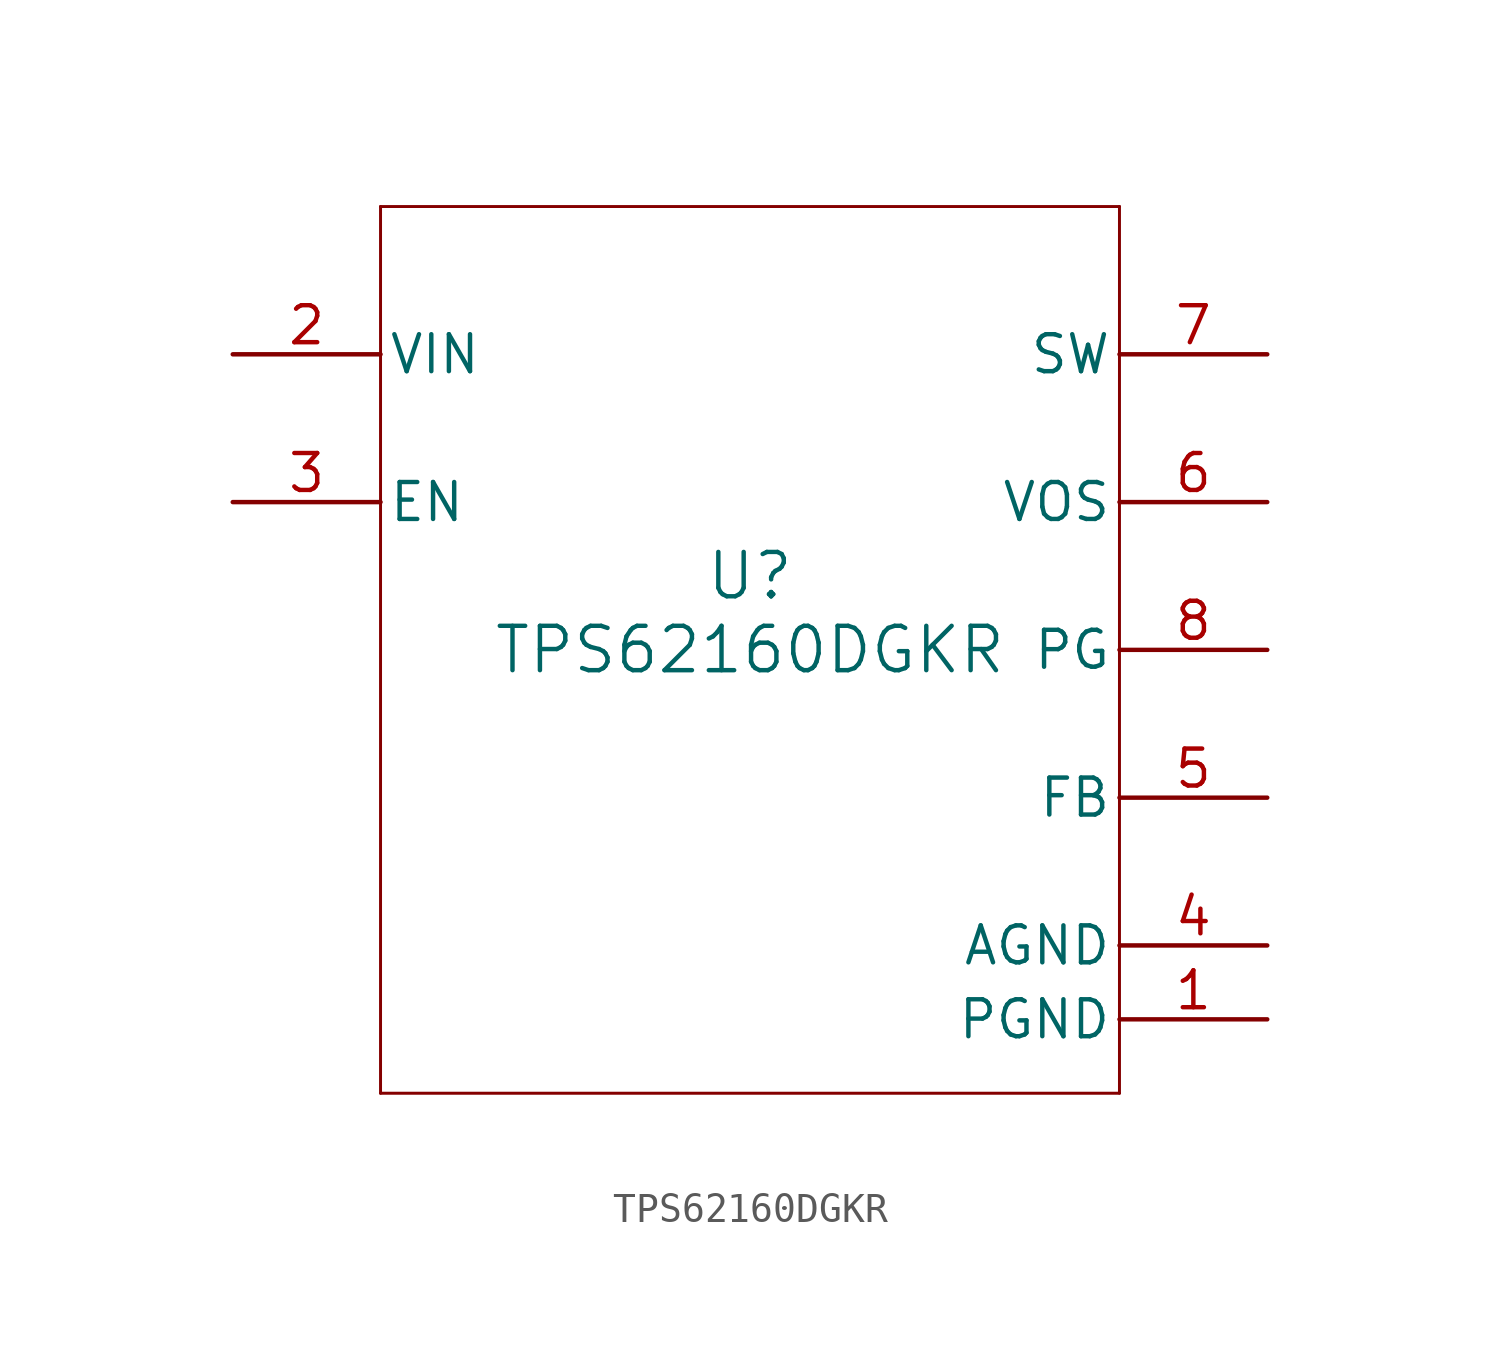
<source format=kicad_sym>
(kicad_symbol_lib
  (version 20211014)
  (generator kicad_symbol_editor)
  (symbol "TPS62160DGKR"
    (pin_names
      (offset 0.254))
    (property "Reference" "U"
      (at 0 2.54 0)
      (effects (font (size 1.524 1.524))))
    (property "Value" "TPS62160DGKR"
      (at 0 0 0)
      (effects (font (size 1.524 1.524))))
    (symbol "TPS62160DGKR_0_1"
      (polyline (pts (xy -12.7 -15.24) (xy 12.7 -15.24)) (stroke (width 0.102) (type default) (color 0 0 0 0)) (fill (type none)))
      (polyline (pts (xy 12.7 -15.24) (xy 12.7 15.24)) (stroke (width 0.102) (type default) (color 0 0 0 0)) (fill (type none)))
      (polyline (pts (xy 12.7 15.24) (xy -12.7 15.24)) (stroke (width 0.102) (type default) (color 0 0 0 0)) (fill (type none)))
      (polyline (pts (xy -12.7 15.24) (xy -12.7 -15.24)) (stroke (width 0.102) (type default) (color 0 0 0 0)) (fill (type none)))
      (pin power_in line (at 17.78 -12.7 180) (length 5.08) (name "PGND" (effects (font (size 1.27 1.27)))) (number "1" (effects (font (size 1.27 1.27)))))
      (pin power_in line (at -17.78 10.16 0) (length 5.08) (name "VIN" (effects (font (size 1.27 1.27)))) (number "2" (effects (font (size 1.27 1.27)))))
      (pin input line (at -17.78 5.08 0) (length 5.08) (name "EN" (effects (font (size 1.27 1.27)))) (number "3" (effects (font (size 1.27 1.27)))))
      (pin power_in line (at 17.78 -10.16 180) (length 5.08) (name "AGND" (effects (font (size 1.27 1.27)))) (number "4" (effects (font (size 1.27 1.27)))))
      (pin input line (at 17.78 -5.08 180) (length 5.08) (name "FB" (effects (font (size 1.27 1.27)))) (number "5" (effects (font (size 1.27 1.27)))))
      (pin input line (at 17.78 5.08 180) (length 5.08) (name "VOS" (effects (font (size 1.27 1.27)))) (number "6" (effects (font (size 1.27 1.27)))))
      (pin power_in line (at 17.78 10.16 180) (length 5.08) (name "SW" (effects (font (size 1.27 1.27)))) (number "7" (effects (font (size 1.27 1.27)))))
      (pin tri_state line (at 17.78 0 180) (length 5.08) (name "PG" (effects (font (size 1.27 1.27)))) (number "8" (effects (font (size 1.27 1.27))))))))
</source>
